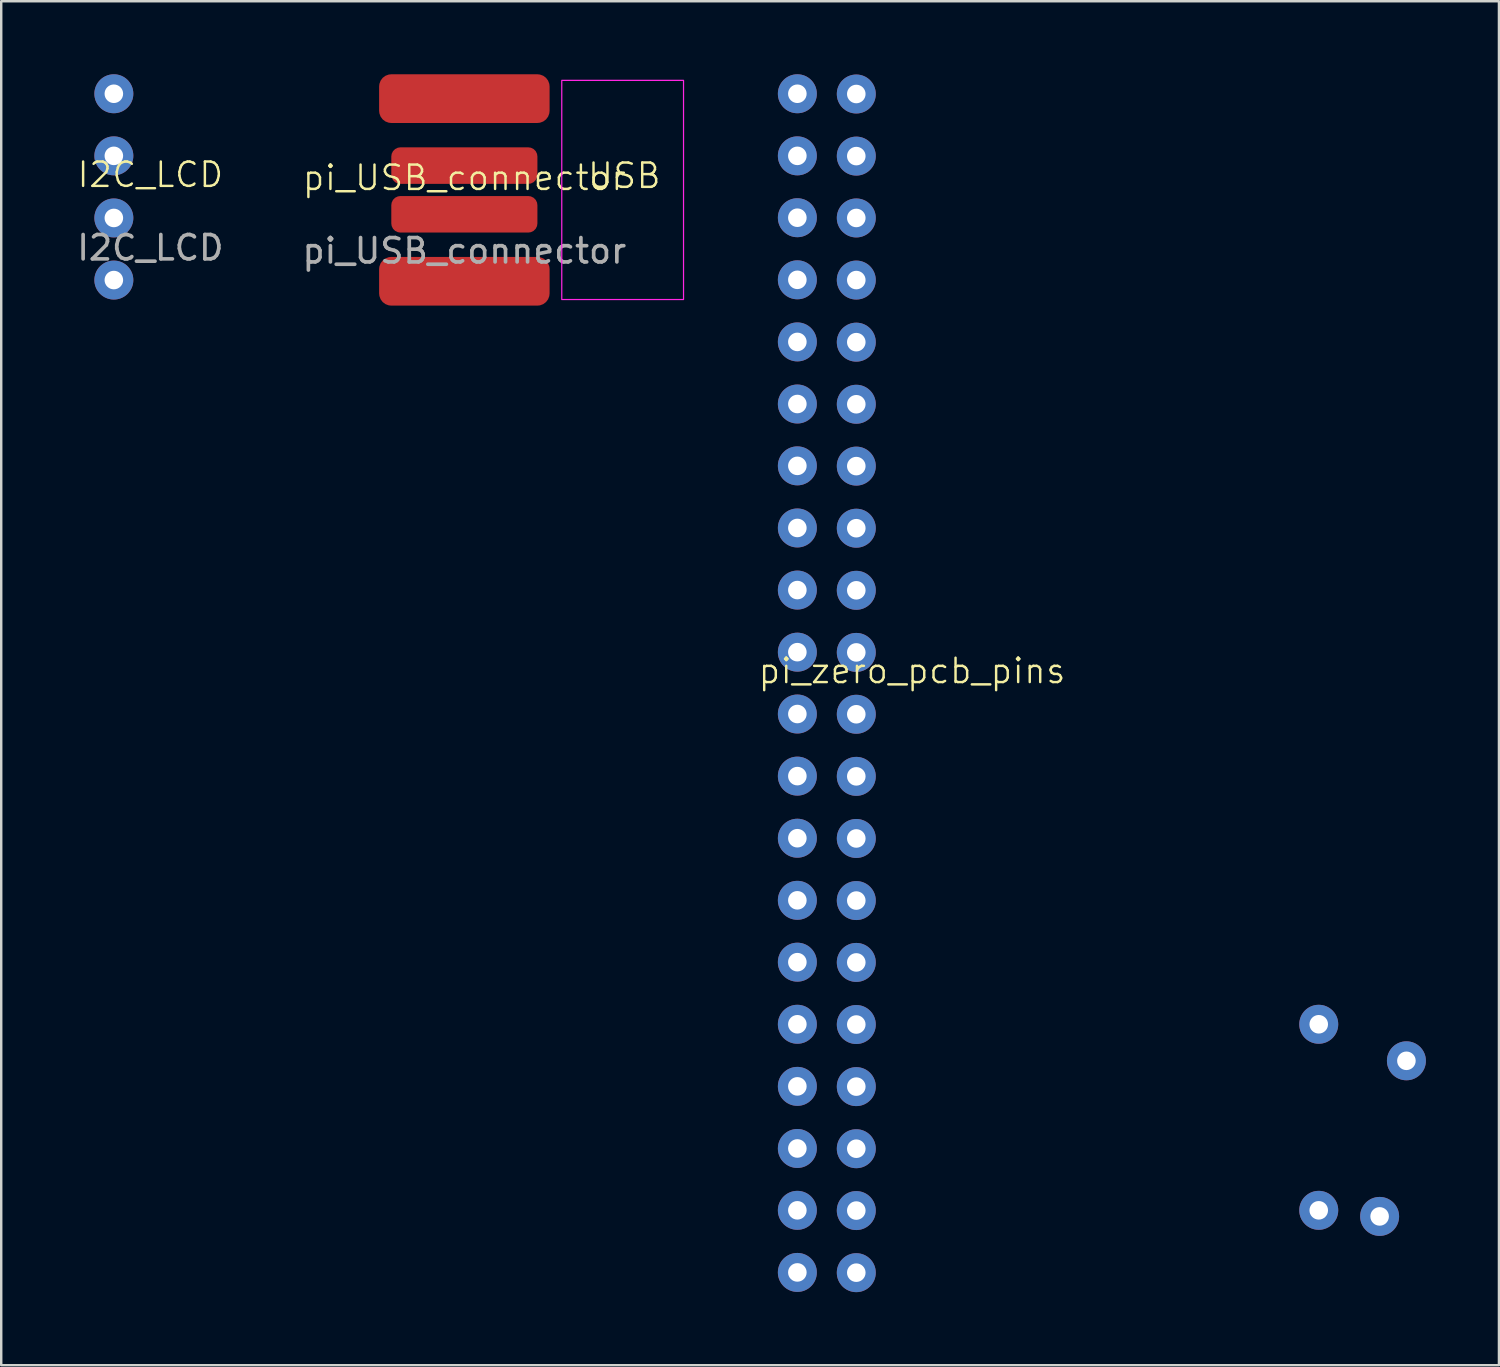
<source format=kicad_pcb>
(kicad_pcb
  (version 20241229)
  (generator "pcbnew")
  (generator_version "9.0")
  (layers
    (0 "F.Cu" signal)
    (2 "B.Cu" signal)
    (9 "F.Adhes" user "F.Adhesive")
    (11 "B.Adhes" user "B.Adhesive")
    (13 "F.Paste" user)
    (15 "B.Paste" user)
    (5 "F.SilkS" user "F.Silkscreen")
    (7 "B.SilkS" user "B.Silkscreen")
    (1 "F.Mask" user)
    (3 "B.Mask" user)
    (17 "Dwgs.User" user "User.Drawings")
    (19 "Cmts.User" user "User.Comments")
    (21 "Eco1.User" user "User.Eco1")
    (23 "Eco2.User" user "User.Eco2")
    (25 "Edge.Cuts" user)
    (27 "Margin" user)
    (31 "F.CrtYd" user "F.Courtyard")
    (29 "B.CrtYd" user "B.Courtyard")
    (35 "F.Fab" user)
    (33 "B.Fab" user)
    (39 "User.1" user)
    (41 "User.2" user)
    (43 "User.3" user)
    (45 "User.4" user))
  (footprint "I2C_LCD"
    (layer "F.Cu")
    (at 3.125 4.625)
    (property "Reference" "I2C_LCD" (at 0 -0.5 0) (unlocked yes) (layer "F.SilkS") (effects (font (size 1 1) (thickness 0.1))))
    (attr through_hole)
    (fp_text user "${REFERENCE}" (at 0 2.5 0) (unlocked yes) (layer "F.Fab") (effects (font (size 1 1) (thickness 0.15))))
    (pad "1" thru_hole circle (at -1.5 -3.825) (size 1.6 1.6) (drill 0.762) (layers "*.Cu" "*.Mask"))
    (pad "2" thru_hole circle (at -1.5 -1.275) (size 1.6 1.6) (drill 0.762) (layers "*.Cu" "*.Mask"))
    (pad "3" thru_hole circle (at -1.5 1.275) (size 1.6 1.6) (drill 0.762) (layers "*.Cu" "*.Mask"))
    (pad "4" thru_hole circle (at -1.5 3.825) (size 1.6 1.6) (drill 0.762) (layers "*.Cu" "*.Mask")))
  (footprint "pi_USB_connector"
    (layer "F.Cu")
    (at 16.018 4.75)
    (property "Reference" "pi_USB_connector" (at 0 -0.5 0) (unlocked yes) (layer "F.SilkS") (effects (font (size 1 1) (thickness 0.1))))
    (attr smd)
    (fp_rect (start 4 -4.5) (end 9 4.5) (stroke (width 0.05) (type default)) (fill no) (layer "F.CrtYd"))
    (fp_text user "USB" (at 5 0 0) (unlocked yes) (layer "F.SilkS") (effects (font (size 1 1) (thickness 0.1)) (justify left bottom)))
    (fp_text user "${REFERENCE}" (at 0 2.5 0) (unlocked yes) (layer "F.Fab") (effects (font (size 1 1) (thickness 0.15))))
    (pad "1" smd roundrect (at 0 -3.75) (size 7 2) (layers "F.Cu" "F.Mask" "F.Paste") (roundrect_rratio 0.25))
    (pad "2" smd roundrect (at 0 -1) (size 6 1.5) (layers "F.Cu" "F.Mask" "F.Paste") (roundrect_rratio 0.25))
    (pad "3" smd roundrect (at 0 1) (size 6 1.5) (layers "F.Cu" "F.Mask" "F.Paste") (roundrect_rratio 0.25))
    (pad "4" smd roundrect (at 0 3.75) (size 7 2) (layers "F.Cu" "F.Mask" "F.Paste") (roundrect_rratio 0.25)))
  (footprint "pi_zero_pcb_pins"
    (layer "F.Cu")
    (at 30.902 25)
    (property "Reference" "pi_zero_pcb_pins" (at 3.5 -0.5 0) (unlocked yes) (layer "F.SilkS") (effects (font (size 1 1) (thickness 0.1))))
    (attr through_hole)
    (pad "1" thru_hole circle (at -1.21 -24.2) (size 1.6 1.6) (drill 0.762) (layers "*.Cu" "*.Mask"))
    (pad "2" thru_hole circle (at 1.21 -24.19) (size 1.6 1.6) (drill 0.762) (layers "*.Cu" "*.Mask"))
    (pad "3" thru_hole circle (at -1.21 -21.65) (size 1.6 1.6) (drill 0.762) (layers "*.Cu" "*.Mask"))
    (pad "4" thru_hole circle (at 1.21 -21.64) (size 1.6 1.6) (drill 0.762) (layers "*.Cu" "*.Mask"))
    (pad "5" thru_hole circle (at -1.21 -19.11) (size 1.6 1.6) (drill 0.762) (layers "*.Cu" "*.Mask"))
    (pad "6" thru_hole circle (at 1.21 -19.1) (size 1.6 1.6) (drill 0.762) (layers "*.Cu" "*.Mask"))
    (pad "7" thru_hole circle (at -1.21 -16.56) (size 1.6 1.6) (drill 0.762) (layers "*.Cu" "*.Mask"))
    (pad "8" thru_hole circle (at 1.21 -16.55) (size 1.6 1.6) (drill 0.762) (layers "*.Cu" "*.Mask"))
    (pad "9" thru_hole circle (at -1.21 -14.01) (size 1.6 1.6) (drill 0.762) (layers "*.Cu" "*.Mask"))
    (pad "10" thru_hole circle (at 1.21 -14) (size 1.6 1.6) (drill 0.762) (layers "*.Cu" "*.Mask"))
    (pad "11" thru_hole circle (at -1.21 -11.46) (size 1.6 1.6) (drill 0.762) (layers "*.Cu" "*.Mask"))
    (pad "12" thru_hole circle (at 1.21 -11.45) (size 1.6 1.6) (drill 0.762) (layers "*.Cu" "*.Mask"))
    (pad "13" thru_hole circle (at -1.21 -8.92) (size 1.6 1.6) (drill 0.762) (layers "*.Cu" "*.Mask"))
    (pad "14" thru_hole circle (at 1.21 -8.91) (size 1.6 1.6) (drill 0.762) (layers "*.Cu" "*.Mask"))
    (pad "15" thru_hole circle (at -1.21 -6.37) (size 1.6 1.6) (drill 0.762) (layers "*.Cu" "*.Mask"))
    (pad "16" thru_hole circle (at 1.21 -6.36) (size 1.6 1.6) (drill 0.762) (layers "*.Cu" "*.Mask"))
    (pad "17" thru_hole circle (at -1.21 -3.82) (size 1.6 1.6) (drill 0.762) (layers "*.Cu" "*.Mask"))
    (pad "18" thru_hole circle (at 1.21 -3.81) (size 1.6 1.6) (drill 0.762) (layers "*.Cu" "*.Mask"))
    (pad "19" thru_hole circle (at -1.21 -1.27) (size 1.6 1.6) (drill 0.762) (layers "*.Cu" "*.Mask"))
    (pad "20" thru_hole circle (at 1.21 -1.26) (size 1.6 1.6) (drill 0.762) (layers "*.Cu" "*.Mask"))
    (pad "21" thru_hole circle (at -1.21 1.27) (size 1.6 1.6) (drill 0.762) (layers "*.Cu" "*.Mask"))
    (pad "22" thru_hole circle (at 1.21 1.28) (size 1.6 1.6) (drill 0.762) (layers "*.Cu" "*.Mask"))
    (pad "23" thru_hole circle (at -1.21 3.82) (size 1.6 1.6) (drill 0.762) (layers "*.Cu" "*.Mask"))
    (pad "24" thru_hole circle (at 1.21 3.83) (size 1.6 1.6) (drill 0.762) (layers "*.Cu" "*.Mask"))
    (pad "25" thru_hole circle (at -1.21 6.37) (size 1.6 1.6) (drill 0.762) (layers "*.Cu" "*.Mask"))
    (pad "26" thru_hole circle (at 1.21 6.38) (size 1.6 1.6) (drill 0.762) (layers "*.Cu" "*.Mask"))
    (pad "27" thru_hole circle (at -1.21 8.92) (size 1.6 1.6) (drill 0.762) (layers "*.Cu" "*.Mask"))
    (pad "28" thru_hole circle (at 1.21 8.93) (size 1.6 1.6) (drill 0.762) (layers "*.Cu" "*.Mask"))
    (pad "29" thru_hole circle (at -1.21 11.46) (size 1.6 1.6) (drill 0.762) (layers "*.Cu" "*.Mask"))
    (pad "30" thru_hole circle (at 1.21 11.47) (size 1.6 1.6) (drill 0.762) (layers "*.Cu" "*.Mask"))
    (pad "31" thru_hole circle (at -1.21 14.01) (size 1.6 1.6) (drill 0.762) (layers "*.Cu" "*.Mask"))
    (pad "32" thru_hole circle (at 1.21 14.02) (size 1.6 1.6) (drill 0.762) (layers "*.Cu" "*.Mask"))
    (pad "33" thru_hole circle (at -1.21 16.56) (size 1.6 1.6) (drill 0.762) (layers "*.Cu" "*.Mask"))
    (pad "34" thru_hole circle (at 1.21 16.57) (size 1.6 1.6) (drill 0.762) (layers "*.Cu" "*.Mask"))
    (pad "35" thru_hole circle (at -1.21 19.11) (size 1.6 1.6) (drill 0.762) (layers "*.Cu" "*.Mask"))
    (pad "36" thru_hole circle (at 1.21 19.12) (size 1.6 1.6) (drill 0.762) (layers "*.Cu" "*.Mask"))
    (pad "37" thru_hole circle (at -1.21 21.65) (size 1.6 1.6) (drill 0.762) (layers "*.Cu" "*.Mask"))
    (pad "38" thru_hole circle (at 1.21 21.66) (size 1.6 1.6) (drill 0.762) (layers "*.Cu" "*.Mask"))
    (pad "39" thru_hole circle (at -1.21 24.2) (size 1.6 1.6) (drill 0.762) (layers "*.Cu" "*.Mask"))
    (pad "40" thru_hole circle (at 1.21 24.21) (size 1.6 1.6) (drill 0.762) (layers "*.Cu" "*.Mask"))
    (pad "41" thru_hole circle (at 20.2 14.01) (size 1.6 1.6) (drill 0.762) (layers "*.Cu" "*.Mask"))
    (pad "42" thru_hole circle (at 23.8 15.51) (size 1.6 1.6) (drill 0.762) (layers "*.Cu" "*.Mask"))
    (pad "43" thru_hole circle (at 20.2 21.65) (size 1.6 1.6) (drill 0.762) (layers "*.Cu" "*.Mask"))
    (pad "44" thru_hole circle (at 22.7 21.9) (size 1.6 1.6) (drill 0.762) (layers "*.Cu" "*.Mask")))
  (gr_rect
    (start -3 -3)
    (end 58.502 53.01)
    (stroke (width 0.1) (type default))
    (fill no)
    (layer "Edge.Cuts")))
</source>
